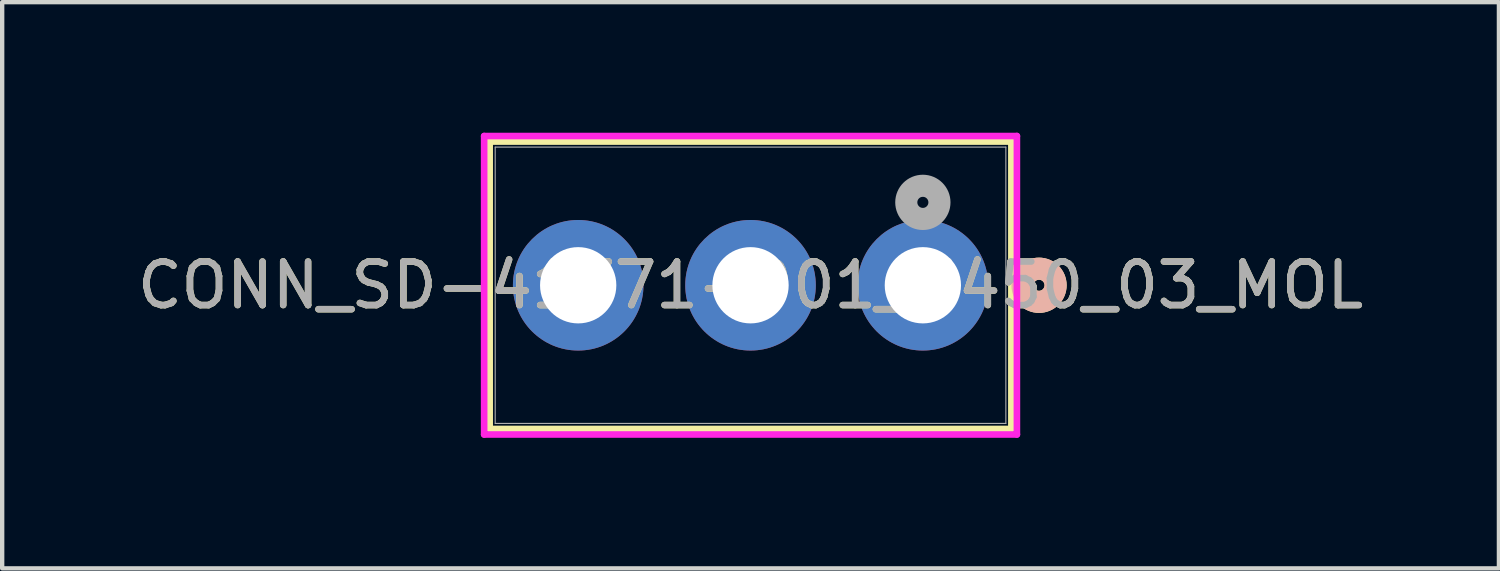
<source format=kicad_pcb>
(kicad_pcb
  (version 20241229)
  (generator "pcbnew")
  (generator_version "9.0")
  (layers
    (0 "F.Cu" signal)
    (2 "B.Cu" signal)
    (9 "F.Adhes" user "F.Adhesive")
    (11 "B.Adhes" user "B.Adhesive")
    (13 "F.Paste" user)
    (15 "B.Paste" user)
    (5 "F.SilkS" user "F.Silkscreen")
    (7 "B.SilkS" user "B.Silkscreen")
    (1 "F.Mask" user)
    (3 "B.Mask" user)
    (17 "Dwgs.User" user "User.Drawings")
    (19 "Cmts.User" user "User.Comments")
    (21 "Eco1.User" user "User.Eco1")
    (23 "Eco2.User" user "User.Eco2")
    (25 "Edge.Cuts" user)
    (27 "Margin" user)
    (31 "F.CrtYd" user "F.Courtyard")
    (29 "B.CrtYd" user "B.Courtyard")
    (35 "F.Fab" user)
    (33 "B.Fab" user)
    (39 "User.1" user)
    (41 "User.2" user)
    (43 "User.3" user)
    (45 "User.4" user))
  (footprint "CONN_SD-41771-001_M450_03_MOL"
    (layer "F.Cu")
    (at 18.156 3.505)
    (property "Reference" "CONN_SD-41771-001_M450_03_MOL" (at -3.96 0 0) (unlocked yes) (layer "F.SilkS") (effects (font (size 1 1) (thickness 0.15))))
    (attr through_hole)
    (fp_line (start -9.954 -3.302) (end -9.954 3.302) (stroke (width 0.152) (type solid)) (layer "F.SilkS"))
    (fp_line (start -9.954 3.302) (end 2.034 3.302) (stroke (width 0.152) (type solid)) (layer "F.SilkS"))
    (fp_line (start 2.034 -3.302) (end -9.954 -3.302) (stroke (width 0.152) (type solid)) (layer "F.SilkS"))
    (fp_line (start 2.034 3.302) (end 2.034 -3.302) (stroke (width 0.152) (type solid)) (layer "F.SilkS"))
    (fp_circle (center 2.669 0) (end 3.05 0) (stroke (width 0.508) (type solid)) (fill no) (layer "F.SilkS"))
    (fp_circle (center 2.669 0) (end 3.05 0) (stroke (width 0.508) (type solid)) (fill no) (layer "B.SilkS"))
    (fp_line (start -10.081 -3.429) (end -10.081 3.429) (stroke (width 0.152) (type solid)) (layer "F.CrtYd"))
    (fp_line (start -10.081 3.429) (end 2.161 3.429) (stroke (width 0.152) (type solid)) (layer "F.CrtYd"))
    (fp_line (start 2.161 -3.429) (end -10.081 -3.429) (stroke (width 0.152) (type solid)) (layer "F.CrtYd"))
    (fp_line (start 2.161 3.429) (end 2.161 -3.429) (stroke (width 0.152) (type solid)) (layer "F.CrtYd"))
    (fp_line (start -9.827 -3.175) (end -9.827 3.175) (stroke (width 0.025) (type solid)) (layer "F.Fab"))
    (fp_line (start -9.827 3.175) (end 1.907 3.175) (stroke (width 0.025) (type solid)) (layer "F.Fab"))
    (fp_line (start 1.907 -3.175) (end -9.827 -3.175) (stroke (width 0.025) (type solid)) (layer "F.Fab"))
    (fp_line (start 1.907 3.175) (end 1.907 -3.175) (stroke (width 0.025) (type solid)) (layer "F.Fab"))
    (fp_circle (center 0 -1.905) (end 0.381 -1.905) (stroke (width 0.508) (type solid)) (fill no) (layer "F.Fab"))
    (fp_text user "${REFERENCE}" (at -3.96 0 0) (unlocked yes) (layer "F.Fab") (effects (font (size 1 1) (thickness 0.15))))
    (pad "1" thru_hole circle (at 0 0) (size 3 3) (drill 1.753) (layers "*.Cu" "*.Mask"))
    (pad "2" thru_hole circle (at -3.96 0) (size 3 3) (drill 1.753) (layers "*.Cu" "*.Mask"))
    (pad "3" thru_hole circle (at -7.92 0) (size 3 3) (drill 1.753) (layers "*.Cu" "*.Mask")))
  (gr_rect
    (start -3 -3)
    (end 31.393 10.01)
    (stroke (width 0.1) (type default))
    (fill no)
    (layer "Edge.Cuts")))
</source>
